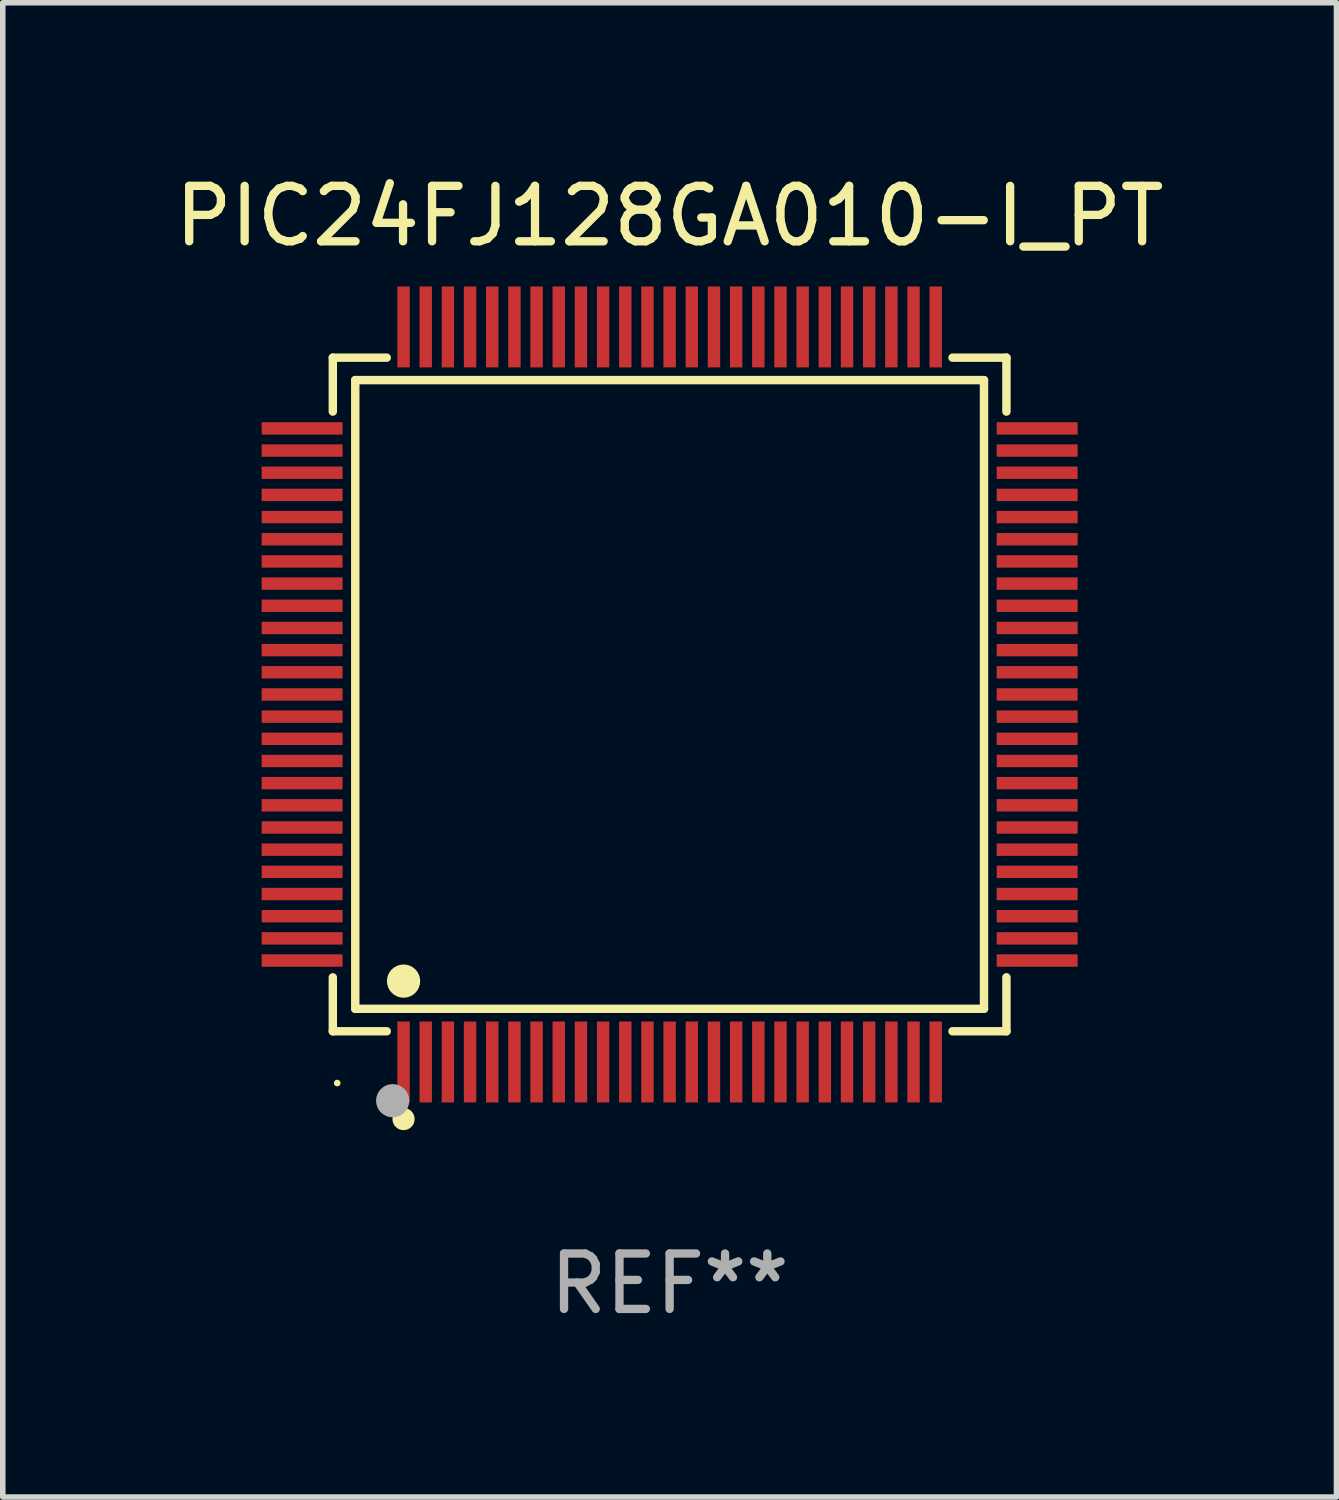
<source format=kicad_pcb>
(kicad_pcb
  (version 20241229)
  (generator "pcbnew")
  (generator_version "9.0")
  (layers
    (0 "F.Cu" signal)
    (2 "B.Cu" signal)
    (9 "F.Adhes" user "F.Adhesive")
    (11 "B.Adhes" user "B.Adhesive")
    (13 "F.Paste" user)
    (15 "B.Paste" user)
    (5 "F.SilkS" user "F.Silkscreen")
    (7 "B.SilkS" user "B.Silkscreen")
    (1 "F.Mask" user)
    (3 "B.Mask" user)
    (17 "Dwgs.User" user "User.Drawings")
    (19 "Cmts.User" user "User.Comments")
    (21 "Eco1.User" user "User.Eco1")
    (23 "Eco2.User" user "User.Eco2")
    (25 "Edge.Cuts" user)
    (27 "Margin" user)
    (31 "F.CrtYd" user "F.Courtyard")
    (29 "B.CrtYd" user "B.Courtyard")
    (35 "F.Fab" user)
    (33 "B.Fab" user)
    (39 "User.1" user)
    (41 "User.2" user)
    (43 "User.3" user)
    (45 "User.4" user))
  (footprint "PIC24FJ128GA010-I_PT"
    (layer "F.Cu")
    (at 9.03 9.478)
    (property "Reference" "PIC24FJ128GA010-I_PT" (at 0 -8.63 0) (layer "F.SilkS") (effects (font (size 1 1) (thickness 0.15))))
    (attr through_hole)
    (fp_line (start -6.076 -6.076) (end -5.103 -6.076) (stroke (width 0.152) (type solid)) (layer "F.SilkS"))
    (fp_line (start -6.076 -5.103) (end -6.076 -6.076) (stroke (width 0.152) (type solid)) (layer "F.SilkS"))
    (fp_line (start -6.076 5.103) (end -6.076 6.076) (stroke (width 0.152) (type solid)) (layer "F.SilkS"))
    (fp_line (start -6.076 6.076) (end -5.103 6.076) (stroke (width 0.152) (type solid)) (layer "F.SilkS"))
    (fp_line (start -5.671 -5.671) (end 5.671 -5.671) (stroke (width 0.152) (type solid)) (layer "F.SilkS"))
    (fp_line (start -5.671 5.671) (end -5.671 -5.671) (stroke (width 0.152) (type solid)) (layer "F.SilkS"))
    (fp_line (start 5.671 -5.671) (end 5.671 5.671) (stroke (width 0.152) (type solid)) (layer "F.SilkS"))
    (fp_line (start 5.671 5.671) (end -5.671 5.671) (stroke (width 0.152) (type solid)) (layer "F.SilkS"))
    (fp_line (start 6.076 -6.076) (end 5.103 -6.076) (stroke (width 0.152) (type solid)) (layer "F.SilkS"))
    (fp_line (start 6.076 -5.103) (end 6.076 -6.076) (stroke (width 0.152) (type solid)) (layer "F.SilkS"))
    (fp_line (start 6.076 5.103) (end 6.076 6.076) (stroke (width 0.152) (type solid)) (layer "F.SilkS"))
    (fp_line (start 6.076 6.076) (end 5.103 6.076) (stroke (width 0.152) (type solid)) (layer "F.SilkS"))
    (fp_circle (center -5.997 7.01) (end -5.967 7.01) (stroke (width 0.06) (type solid)) (fill no) (layer "F.SilkS"))
    (fp_circle (center -4.8 5.171) (end -4.65 5.171) (stroke (width 0.3) (type solid)) (fill no) (layer "F.SilkS"))
    (fp_circle (center -4.8 7.66) (end -4.7 7.66) (stroke (width 0.2) (type solid)) (fill no) (layer "F.SilkS"))
    (fp_circle (center -4.996 7.329) (end -4.846 7.329) (stroke (width 0.3) (type solid)) (fill no) (layer "F.Fab"))
    (fp_text user "REF**" (at 0 10.63 0) (layer "F.Fab") (effects (font (size 1 1) (thickness 0.15))))
    (pad "1" smd rect (at -4.8 6.63) (size 0.224 1.46) (layers "F.Cu" "F.Mask" "F.Paste"))
    (pad "2" smd rect (at -4.4 6.63) (size 0.224 1.46) (layers "F.Cu" "F.Mask" "F.Paste"))
    (pad "3" smd rect (at -4 6.63) (size 0.224 1.46) (layers "F.Cu" "F.Mask" "F.Paste"))
    (pad "4" smd rect (at -3.6 6.63) (size 0.224 1.46) (layers "F.Cu" "F.Mask" "F.Paste"))
    (pad "5" smd rect (at -3.2 6.63) (size 0.224 1.46) (layers "F.Cu" "F.Mask" "F.Paste"))
    (pad "6" smd rect (at -2.8 6.63) (size 0.224 1.46) (layers "F.Cu" "F.Mask" "F.Paste"))
    (pad "7" smd rect (at -2.4 6.63) (size 0.224 1.46) (layers "F.Cu" "F.Mask" "F.Paste"))
    (pad "8" smd rect (at -2 6.63) (size 0.224 1.46) (layers "F.Cu" "F.Mask" "F.Paste"))
    (pad "9" smd rect (at -1.6 6.63) (size 0.224 1.46) (layers "F.Cu" "F.Mask" "F.Paste"))
    (pad "10" smd rect (at -1.2 6.63) (size 0.224 1.46) (layers "F.Cu" "F.Mask" "F.Paste"))
    (pad "11" smd rect (at -0.8 6.63) (size 0.224 1.46) (layers "F.Cu" "F.Mask" "F.Paste"))
    (pad "12" smd rect (at -0.4 6.63) (size 0.224 1.46) (layers "F.Cu" "F.Mask" "F.Paste"))
    (pad "13" smd rect (at 0 6.63) (size 0.224 1.46) (layers "F.Cu" "F.Mask" "F.Paste"))
    (pad "14" smd rect (at 0.4 6.63) (size 0.224 1.46) (layers "F.Cu" "F.Mask" "F.Paste"))
    (pad "15" smd rect (at 0.8 6.63) (size 0.224 1.46) (layers "F.Cu" "F.Mask" "F.Paste"))
    (pad "16" smd rect (at 1.2 6.63) (size 0.224 1.46) (layers "F.Cu" "F.Mask" "F.Paste"))
    (pad "17" smd rect (at 1.6 6.63) (size 0.224 1.46) (layers "F.Cu" "F.Mask" "F.Paste"))
    (pad "18" smd rect (at 2 6.63) (size 0.224 1.46) (layers "F.Cu" "F.Mask" "F.Paste"))
    (pad "19" smd rect (at 2.4 6.63) (size 0.224 1.46) (layers "F.Cu" "F.Mask" "F.Paste"))
    (pad "20" smd rect (at 2.8 6.63) (size 0.224 1.46) (layers "F.Cu" "F.Mask" "F.Paste"))
    (pad "21" smd rect (at 3.2 6.63) (size 0.224 1.46) (layers "F.Cu" "F.Mask" "F.Paste"))
    (pad "22" smd rect (at 3.6 6.63) (size 0.224 1.46) (layers "F.Cu" "F.Mask" "F.Paste"))
    (pad "23" smd rect (at 4 6.63) (size 0.224 1.46) (layers "F.Cu" "F.Mask" "F.Paste"))
    (pad "24" smd rect (at 4.4 6.63) (size 0.224 1.46) (layers "F.Cu" "F.Mask" "F.Paste"))
    (pad "25" smd rect (at 4.8 6.63) (size 0.224 1.46) (layers "F.Cu" "F.Mask" "F.Paste"))
    (pad "26" smd rect (at 6.63 4.8) (size 1.46 0.224) (layers "F.Cu" "F.Mask" "F.Paste"))
    (pad "27" smd rect (at 6.63 4.4) (size 1.46 0.224) (layers "F.Cu" "F.Mask" "F.Paste"))
    (pad "28" smd rect (at 6.63 4) (size 1.46 0.224) (layers "F.Cu" "F.Mask" "F.Paste"))
    (pad "29" smd rect (at 6.63 3.6) (size 1.46 0.224) (layers "F.Cu" "F.Mask" "F.Paste"))
    (pad "30" smd rect (at 6.63 3.2) (size 1.46 0.224) (layers "F.Cu" "F.Mask" "F.Paste"))
    (pad "31" smd rect (at 6.63 2.8) (size 1.46 0.224) (layers "F.Cu" "F.Mask" "F.Paste"))
    (pad "32" smd rect (at 6.63 2.4) (size 1.46 0.224) (layers "F.Cu" "F.Mask" "F.Paste"))
    (pad "33" smd rect (at 6.63 2) (size 1.46 0.224) (layers "F.Cu" "F.Mask" "F.Paste"))
    (pad "34" smd rect (at 6.63 1.6) (size 1.46 0.224) (layers "F.Cu" "F.Mask" "F.Paste"))
    (pad "35" smd rect (at 6.63 1.2) (size 1.46 0.224) (layers "F.Cu" "F.Mask" "F.Paste"))
    (pad "36" smd rect (at 6.63 0.8) (size 1.46 0.224) (layers "F.Cu" "F.Mask" "F.Paste"))
    (pad "37" smd rect (at 6.63 0.4) (size 1.46 0.224) (layers "F.Cu" "F.Mask" "F.Paste"))
    (pad "38" smd rect (at 6.63 0) (size 1.46 0.224) (layers "F.Cu" "F.Mask" "F.Paste"))
    (pad "39" smd rect (at 6.63 -0.4) (size 1.46 0.224) (layers "F.Cu" "F.Mask" "F.Paste"))
    (pad "40" smd rect (at 6.63 -0.8) (size 1.46 0.224) (layers "F.Cu" "F.Mask" "F.Paste"))
    (pad "41" smd rect (at 6.63 -1.2) (size 1.46 0.224) (layers "F.Cu" "F.Mask" "F.Paste"))
    (pad "42" smd rect (at 6.63 -1.6) (size 1.46 0.224) (layers "F.Cu" "F.Mask" "F.Paste"))
    (pad "43" smd rect (at 6.63 -2) (size 1.46 0.224) (layers "F.Cu" "F.Mask" "F.Paste"))
    (pad "44" smd rect (at 6.63 -2.4) (size 1.46 0.224) (layers "F.Cu" "F.Mask" "F.Paste"))
    (pad "45" smd rect (at 6.63 -2.8) (size 1.46 0.224) (layers "F.Cu" "F.Mask" "F.Paste"))
    (pad "46" smd rect (at 6.63 -3.2) (size 1.46 0.224) (layers "F.Cu" "F.Mask" "F.Paste"))
    (pad "47" smd rect (at 6.63 -3.6) (size 1.46 0.224) (layers "F.Cu" "F.Mask" "F.Paste"))
    (pad "48" smd rect (at 6.63 -4) (size 1.46 0.224) (layers "F.Cu" "F.Mask" "F.Paste"))
    (pad "49" smd rect (at 6.63 -4.4) (size 1.46 0.224) (layers "F.Cu" "F.Mask" "F.Paste"))
    (pad "50" smd rect (at 6.63 -4.8) (size 1.46 0.224) (layers "F.Cu" "F.Mask" "F.Paste"))
    (pad "51" smd rect (at 4.8 -6.63) (size 0.224 1.46) (layers "F.Cu" "F.Mask" "F.Paste"))
    (pad "52" smd rect (at 4.4 -6.63) (size 0.224 1.46) (layers "F.Cu" "F.Mask" "F.Paste"))
    (pad "53" smd rect (at 4 -6.63) (size 0.224 1.46) (layers "F.Cu" "F.Mask" "F.Paste"))
    (pad "54" smd rect (at 3.6 -6.63) (size 0.224 1.46) (layers "F.Cu" "F.Mask" "F.Paste"))
    (pad "55" smd rect (at 3.2 -6.63) (size 0.224 1.46) (layers "F.Cu" "F.Mask" "F.Paste"))
    (pad "56" smd rect (at 2.8 -6.63) (size 0.224 1.46) (layers "F.Cu" "F.Mask" "F.Paste"))
    (pad "57" smd rect (at 2.4 -6.63) (size 0.224 1.46) (layers "F.Cu" "F.Mask" "F.Paste"))
    (pad "58" smd rect (at 2 -6.63) (size 0.224 1.46) (layers "F.Cu" "F.Mask" "F.Paste"))
    (pad "59" smd rect (at 1.6 -6.63) (size 0.224 1.46) (layers "F.Cu" "F.Mask" "F.Paste"))
    (pad "60" smd rect (at 1.2 -6.63) (size 0.224 1.46) (layers "F.Cu" "F.Mask" "F.Paste"))
    (pad "61" smd rect (at 0.8 -6.63) (size 0.224 1.46) (layers "F.Cu" "F.Mask" "F.Paste"))
    (pad "62" smd rect (at 0.4 -6.63) (size 0.224 1.46) (layers "F.Cu" "F.Mask" "F.Paste"))
    (pad "63" smd rect (at 0 -6.63) (size 0.224 1.46) (layers "F.Cu" "F.Mask" "F.Paste"))
    (pad "64" smd rect (at -0.4 -6.63) (size 0.224 1.46) (layers "F.Cu" "F.Mask" "F.Paste"))
    (pad "65" smd rect (at -0.8 -6.63) (size 0.224 1.46) (layers "F.Cu" "F.Mask" "F.Paste"))
    (pad "66" smd rect (at -1.2 -6.63) (size 0.224 1.46) (layers "F.Cu" "F.Mask" "F.Paste"))
    (pad "67" smd rect (at -1.6 -6.63) (size 0.224 1.46) (layers "F.Cu" "F.Mask" "F.Paste"))
    (pad "68" smd rect (at -2 -6.63) (size 0.224 1.46) (layers "F.Cu" "F.Mask" "F.Paste"))
    (pad "69" smd rect (at -2.4 -6.63) (size 0.224 1.46) (layers "F.Cu" "F.Mask" "F.Paste"))
    (pad "70" smd rect (at -2.8 -6.63) (size 0.224 1.46) (layers "F.Cu" "F.Mask" "F.Paste"))
    (pad "71" smd rect (at -3.2 -6.63) (size 0.224 1.46) (layers "F.Cu" "F.Mask" "F.Paste"))
    (pad "72" smd rect (at -3.6 -6.63) (size 0.224 1.46) (layers "F.Cu" "F.Mask" "F.Paste"))
    (pad "73" smd rect (at -4 -6.63) (size 0.224 1.46) (layers "F.Cu" "F.Mask" "F.Paste"))
    (pad "74" smd rect (at -4.4 -6.63) (size 0.224 1.46) (layers "F.Cu" "F.Mask" "F.Paste"))
    (pad "75" smd rect (at -4.8 -6.63) (size 0.224 1.46) (layers "F.Cu" "F.Mask" "F.Paste"))
    (pad "76" smd rect (at -6.63 -4.8) (size 1.46 0.224) (layers "F.Cu" "F.Mask" "F.Paste"))
    (pad "77" smd rect (at -6.63 -4.4) (size 1.46 0.224) (layers "F.Cu" "F.Mask" "F.Paste"))
    (pad "78" smd rect (at -6.63 -4) (size 1.46 0.224) (layers "F.Cu" "F.Mask" "F.Paste"))
    (pad "79" smd rect (at -6.63 -3.6) (size 1.46 0.224) (layers "F.Cu" "F.Mask" "F.Paste"))
    (pad "80" smd rect (at -6.63 -3.2) (size 1.46 0.224) (layers "F.Cu" "F.Mask" "F.Paste"))
    (pad "81" smd rect (at -6.63 -2.8) (size 1.46 0.224) (layers "F.Cu" "F.Mask" "F.Paste"))
    (pad "82" smd rect (at -6.63 -2.4) (size 1.46 0.224) (layers "F.Cu" "F.Mask" "F.Paste"))
    (pad "83" smd rect (at -6.63 -2) (size 1.46 0.224) (layers "F.Cu" "F.Mask" "F.Paste"))
    (pad "84" smd rect (at -6.63 -1.6) (size 1.46 0.224) (layers "F.Cu" "F.Mask" "F.Paste"))
    (pad "85" smd rect (at -6.63 -1.2) (size 1.46 0.224) (layers "F.Cu" "F.Mask" "F.Paste"))
    (pad "86" smd rect (at -6.63 -0.8) (size 1.46 0.224) (layers "F.Cu" "F.Mask" "F.Paste"))
    (pad "87" smd rect (at -6.63 -0.4) (size 1.46 0.224) (layers "F.Cu" "F.Mask" "F.Paste"))
    (pad "88" smd rect (at -6.63 0) (size 1.46 0.224) (layers "F.Cu" "F.Mask" "F.Paste"))
    (pad "89" smd rect (at -6.63 0.4) (size 1.46 0.224) (layers "F.Cu" "F.Mask" "F.Paste"))
    (pad "90" smd rect (at -6.63 0.8) (size 1.46 0.224) (layers "F.Cu" "F.Mask" "F.Paste"))
    (pad "91" smd rect (at -6.63 1.2) (size 1.46 0.224) (layers "F.Cu" "F.Mask" "F.Paste"))
    (pad "92" smd rect (at -6.63 1.6) (size 1.46 0.224) (layers "F.Cu" "F.Mask" "F.Paste"))
    (pad "93" smd rect (at -6.63 2) (size 1.46 0.224) (layers "F.Cu" "F.Mask" "F.Paste"))
    (pad "94" smd rect (at -6.63 2.4) (size 1.46 0.224) (layers "F.Cu" "F.Mask" "F.Paste"))
    (pad "95" smd rect (at -6.63 2.8) (size 1.46 0.224) (layers "F.Cu" "F.Mask" "F.Paste"))
    (pad "96" smd rect (at -6.63 3.2) (size 1.46 0.224) (layers "F.Cu" "F.Mask" "F.Paste"))
    (pad "97" smd rect (at -6.63 3.6) (size 1.46 0.224) (layers "F.Cu" "F.Mask" "F.Paste"))
    (pad "98" smd rect (at -6.63 4) (size 1.46 0.224) (layers "F.Cu" "F.Mask" "F.Paste"))
    (pad "99" smd rect (at -6.63 4.4) (size 1.46 0.224) (layers "F.Cu" "F.Mask" "F.Paste"))
    (pad "100" smd rect (at -6.63 4.8) (size 1.46 0.224) (layers "F.Cu" "F.Mask" "F.Paste")))
  (gr_rect
    (start -3 -3)
    (end 21.06 23.956)
    (stroke (width 0.1) (type default))
    (fill no)
    (layer "Edge.Cuts")))
</source>
